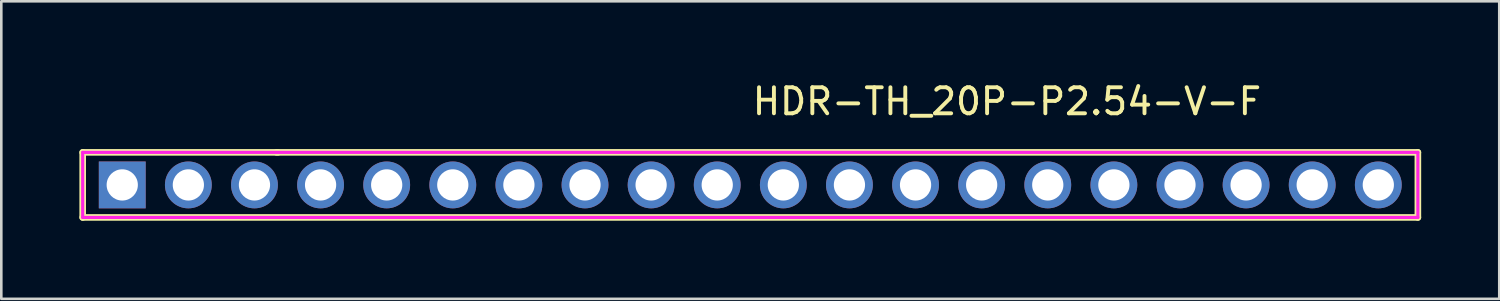
<source format=kicad_pcb>
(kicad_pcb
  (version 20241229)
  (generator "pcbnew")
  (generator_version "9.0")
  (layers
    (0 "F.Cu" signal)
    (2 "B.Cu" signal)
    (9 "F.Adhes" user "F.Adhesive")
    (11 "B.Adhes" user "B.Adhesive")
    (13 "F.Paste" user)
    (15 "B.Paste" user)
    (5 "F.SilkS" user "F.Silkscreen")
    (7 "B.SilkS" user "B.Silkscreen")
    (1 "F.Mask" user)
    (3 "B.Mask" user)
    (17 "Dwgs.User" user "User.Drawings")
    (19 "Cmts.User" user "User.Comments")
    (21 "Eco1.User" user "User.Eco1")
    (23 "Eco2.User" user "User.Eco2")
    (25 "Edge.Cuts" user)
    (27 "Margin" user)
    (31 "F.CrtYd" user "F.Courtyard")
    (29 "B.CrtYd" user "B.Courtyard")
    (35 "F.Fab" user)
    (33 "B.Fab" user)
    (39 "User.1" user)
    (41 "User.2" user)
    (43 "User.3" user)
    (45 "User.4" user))
  (footprint "HDR-TH_20P-P2.54-V-F"
    (layer "F.Cu")
    (at 25.777 4.055)
    (property "Reference" "HDR-TH_20P-P2.54-V-F" (at 0 -3.207 0) (layer "F.SilkS") (effects (font (size 1 1) (thickness 0.15)) (justify left)))
    (attr through_hole)
    (fp_line (start -25.65 -1.25) (end -18.15 -1.25) (stroke (width 0.254) (type solid)) (layer "F.SilkS"))
    (fp_line (start -25.65 1.25) (end -25.65 -1.25) (stroke (width 0.254) (type solid)) (layer "F.SilkS"))
    (fp_line (start -18.2 -1.25) (end 25.65 -1.25) (stroke (width 0.254) (type solid)) (layer "F.SilkS"))
    (fp_line (start 25.65 -1.25) (end 25.65 1.25) (stroke (width 0.254) (type solid)) (layer "F.SilkS"))
    (fp_line (start 25.65 1.25) (end -25.65 1.25) (stroke (width 0.254) (type solid)) (layer "F.SilkS"))
    (fp_circle (center -25.65 1.25) (end -25.62 1.25) (stroke (width 0.06) (type solid)) (fill no) (layer "Eco2.User"))
    (fp_poly (pts (xy -24.45 -0.2) (xy -23.81 -0.2) (xy -23.81 0.2) (xy -24.45 0.2)) (stroke (width 0.12) (type solid)) (fill no) (layer "Eco2.User"))
    (fp_poly (pts (xy -21.91 -0.2) (xy -21.27 -0.2) (xy -21.27 0.2) (xy -21.91 0.2)) (stroke (width 0.12) (type solid)) (fill no) (layer "Eco2.User"))
    (fp_poly (pts (xy -19.37 -0.2) (xy -18.73 -0.2) (xy -18.73 0.2) (xy -19.37 0.2)) (stroke (width 0.12) (type solid)) (fill no) (layer "Eco2.User"))
    (fp_poly (pts (xy -16.83 -0.2) (xy -16.19 -0.2) (xy -16.19 0.2) (xy -16.83 0.2)) (stroke (width 0.12) (type solid)) (fill no) (layer "Eco2.User"))
    (fp_poly (pts (xy -14.29 -0.2) (xy -13.65 -0.2) (xy -13.65 0.2) (xy -14.29 0.2)) (stroke (width 0.12) (type solid)) (fill no) (layer "Eco2.User"))
    (fp_poly (pts (xy -11.75 -0.2) (xy -11.11 -0.2) (xy -11.11 0.2) (xy -11.75 0.2)) (stroke (width 0.12) (type solid)) (fill no) (layer "Eco2.User"))
    (fp_poly (pts (xy -9.21 -0.2) (xy -8.57 -0.2) (xy -8.57 0.2) (xy -9.21 0.2)) (stroke (width 0.12) (type solid)) (fill no) (layer "Eco2.User"))
    (fp_poly (pts (xy -6.67 -0.2) (xy -6.03 -0.2) (xy -6.03 0.2) (xy -6.67 0.2)) (stroke (width 0.12) (type solid)) (fill no) (layer "Eco2.User"))
    (fp_poly (pts (xy -4.13 -0.2) (xy -3.49 -0.2) (xy -3.49 0.2) (xy -4.13 0.2)) (stroke (width 0.12) (type solid)) (fill no) (layer "Eco2.User"))
    (fp_poly (pts (xy -1.59 -0.2) (xy -0.95 -0.2) (xy -0.95 0.2) (xy -1.59 0.2)) (stroke (width 0.12) (type solid)) (fill no) (layer "Eco2.User"))
    (fp_poly (pts (xy 0.95 -0.2) (xy 1.59 -0.2) (xy 1.59 0.2) (xy 0.95 0.2)) (stroke (width 0.12) (type solid)) (fill no) (layer "Eco2.User"))
    (fp_poly (pts (xy 3.49 -0.2) (xy 4.13 -0.2) (xy 4.13 0.2) (xy 3.49 0.2)) (stroke (width 0.12) (type solid)) (fill no) (layer "Eco2.User"))
    (fp_poly (pts (xy 6.03 -0.2) (xy 6.67 -0.2) (xy 6.67 0.2) (xy 6.03 0.2)) (stroke (width 0.12) (type solid)) (fill no) (layer "Eco2.User"))
    (fp_poly (pts (xy 8.57 -0.2) (xy 9.21 -0.2) (xy 9.21 0.2) (xy 8.57 0.2)) (stroke (width 0.12) (type solid)) (fill no) (layer "Eco2.User"))
    (fp_poly (pts (xy 11.11 -0.2) (xy 11.75 -0.2) (xy 11.75 0.2) (xy 11.11 0.2)) (stroke (width 0.12) (type solid)) (fill no) (layer "Eco2.User"))
    (fp_poly (pts (xy 13.65 -0.2) (xy 14.29 -0.2) (xy 14.29 0.2) (xy 13.65 0.2)) (stroke (width 0.12) (type solid)) (fill no) (layer "Eco2.User"))
    (fp_poly (pts (xy 16.19 -0.2) (xy 16.83 -0.2) (xy 16.83 0.2) (xy 16.19 0.2)) (stroke (width 0.12) (type solid)) (fill no) (layer "Eco2.User"))
    (fp_poly (pts (xy 18.73 -0.2) (xy 19.37 -0.2) (xy 19.37 0.2) (xy 18.73 0.2)) (stroke (width 0.12) (type solid)) (fill no) (layer "Eco2.User"))
    (fp_poly (pts (xy 21.27 -0.2) (xy 21.91 -0.2) (xy 21.91 0.2) (xy 21.27 0.2)) (stroke (width 0.12) (type solid)) (fill no) (layer "Eco2.User"))
    (fp_poly (pts (xy 23.81 -0.2) (xy 24.45 -0.2) (xy 24.45 0.2) (xy 23.81 0.2)) (stroke (width 0.12) (type solid)) (fill no) (layer "Eco2.User"))
    (fp_line (start -25.65 -1.25) (end 25.65 -1.25) (stroke (width 0.12) (type solid)) (layer "F.CrtYd"))
    (fp_line (start -25.65 1.25) (end -25.65 -1.25) (stroke (width 0.12) (type solid)) (layer "F.CrtYd"))
    (fp_line (start 25.65 -1.25) (end 25.65 1.25) (stroke (width 0.12) (type solid)) (layer "F.CrtYd"))
    (fp_line (start 25.65 1.25) (end -25.65 1.25) (stroke (width 0.12) (type solid)) (layer "F.CrtYd"))
    (pad "1" thru_hole rect (at -24.13 0) (size 1.8 1.8) (drill 1.2) (layers "*.Cu" "*.Mask"))
    (pad "2" thru_hole circle (at -21.59 0) (size 1.8 1.8) (drill 1.2) (layers "*.Cu" "*.Mask"))
    (pad "3" thru_hole circle (at -19.05 0) (size 1.8 1.8) (drill 1.2) (layers "*.Cu" "*.Mask"))
    (pad "4" thru_hole circle (at -16.51 0) (size 1.8 1.8) (drill 1.2) (layers "*.Cu" "*.Mask"))
    (pad "5" thru_hole circle (at -13.97 0) (size 1.8 1.8) (drill 1.2) (layers "*.Cu" "*.Mask"))
    (pad "6" thru_hole circle (at -11.43 0) (size 1.8 1.8) (drill 1.2) (layers "*.Cu" "*.Mask"))
    (pad "7" thru_hole circle (at -8.89 0) (size 1.8 1.8) (drill 1.2) (layers "*.Cu" "*.Mask"))
    (pad "8" thru_hole circle (at -6.35 0) (size 1.8 1.8) (drill 1.2) (layers "*.Cu" "*.Mask"))
    (pad "9" thru_hole circle (at -3.81 0) (size 1.8 1.8) (drill 1.2) (layers "*.Cu" "*.Mask"))
    (pad "10" thru_hole circle (at -1.27 0) (size 1.8 1.8) (drill 1.2) (layers "*.Cu" "*.Mask"))
    (pad "11" thru_hole circle (at 1.27 0) (size 1.8 1.8) (drill 1.2) (layers "*.Cu" "*.Mask"))
    (pad "12" thru_hole circle (at 3.81 0) (size 1.8 1.8) (drill 1.2) (layers "*.Cu" "*.Mask"))
    (pad "13" thru_hole circle (at 6.35 0) (size 1.8 1.8) (drill 1.2) (layers "*.Cu" "*.Mask"))
    (pad "14" thru_hole circle (at 8.89 0) (size 1.8 1.8) (drill 1.2) (layers "*.Cu" "*.Mask"))
    (pad "15" thru_hole circle (at 11.43 0) (size 1.8 1.8) (drill 1.2) (layers "*.Cu" "*.Mask"))
    (pad "16" thru_hole circle (at 13.97 0) (size 1.8 1.8) (drill 1.2) (layers "*.Cu" "*.Mask"))
    (pad "17" thru_hole circle (at 16.51 0) (size 1.8 1.8) (drill 1.2) (layers "*.Cu" "*.Mask"))
    (pad "18" thru_hole circle (at 19.05 0) (size 1.8 1.8) (drill 1.2) (layers "*.Cu" "*.Mask"))
    (pad "19" thru_hole circle (at 21.59 0) (size 1.8 1.8) (drill 1.2) (layers "*.Cu" "*.Mask"))
    (pad "20" thru_hole circle (at 24.13 0) (size 1.8 1.8) (drill 1.2) (layers "*.Cu" "*.Mask")))
  (gr_rect
    (start -3 -3)
    (end 54.554 8.432)
    (stroke (width 0.1) (type default))
    (fill no)
    (layer "Edge.Cuts")))
</source>
